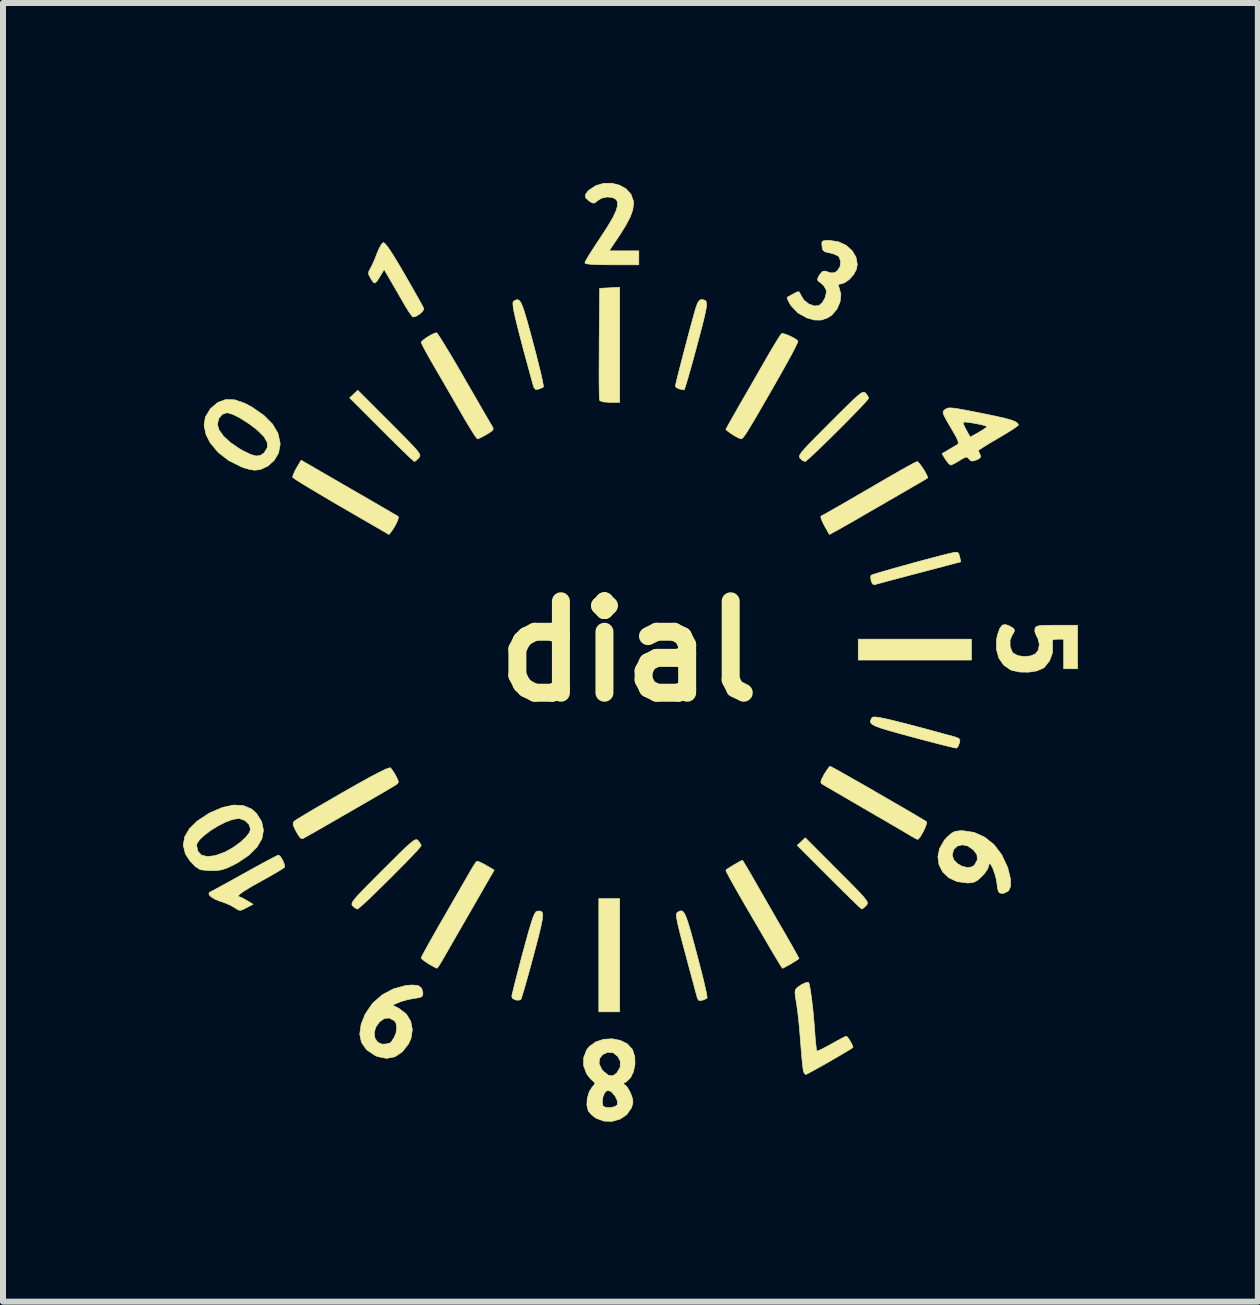
<source format=kicad_pcb>
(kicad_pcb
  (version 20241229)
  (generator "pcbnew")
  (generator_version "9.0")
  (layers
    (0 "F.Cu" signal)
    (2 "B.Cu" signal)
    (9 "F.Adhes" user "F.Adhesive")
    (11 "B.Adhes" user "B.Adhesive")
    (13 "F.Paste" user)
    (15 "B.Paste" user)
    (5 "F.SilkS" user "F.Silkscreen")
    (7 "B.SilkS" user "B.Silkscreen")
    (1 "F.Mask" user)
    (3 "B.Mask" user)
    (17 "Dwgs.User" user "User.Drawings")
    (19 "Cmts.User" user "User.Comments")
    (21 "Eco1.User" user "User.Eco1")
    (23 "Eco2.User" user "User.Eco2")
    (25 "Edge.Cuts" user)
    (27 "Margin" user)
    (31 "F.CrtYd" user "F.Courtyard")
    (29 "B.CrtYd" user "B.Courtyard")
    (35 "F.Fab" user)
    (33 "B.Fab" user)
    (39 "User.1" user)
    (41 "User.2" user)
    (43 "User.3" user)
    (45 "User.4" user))
  (footprint "dial"
    (layer "F.Cu")
    (at 7.426 7.809)
    (property "Reference" "dial" (at 0 0 0) (layer "F.SilkS") (effects (font (size 1.524 1.524) (thickness 0.3))))
    (attr through_hole)
    (fp_poly (pts (xy -0.145 6.009) (xy -0.493 6.009) (xy -0.493 4.122) (xy -0.145 4.122) (xy -0.145 6.009)) (stroke (width 0.01) (type solid)) (fill yes) (layer "F.SilkS"))
    (fp_poly (pts (xy 5.719 0.145) (xy 3.832 0.145) (xy 3.832 -0.203) (xy 5.719 -0.203) (xy 5.719 0.145)) (stroke (width 0.01) (type solid)) (fill yes) (layer "F.SilkS"))
    (fp_poly (pts (xy -0.145 -4.151) (xy -0.306 -4.151) (xy -0.412 -4.158) (xy -0.472 -4.177) (xy -0.48 -4.188) (xy -0.484 -4.225) (xy -0.486 -4.313) (xy -0.488 -4.444) (xy -0.489 -4.611) (xy -0.488 -4.808) (xy -0.487 -5.026) (xy -0.487 -5.138) (xy -0.479 -6.052) (xy -0.145 -6.07) (xy -0.145 -4.151)) (stroke (width 0.01) (type solid)) (fill yes) (layer "F.SilkS"))
    (fp_poly (pts (xy -3.977 -3.818) (xy -3.816 -3.656) (xy -3.691 -3.53) (xy -3.599 -3.434) (xy -3.536 -3.365) (xy -3.497 -3.315) (xy -3.478 -3.281) (xy -3.476 -3.257) (xy -3.485 -3.238) (xy -3.497 -3.223) (xy -3.542 -3.18) (xy -3.568 -3.164) (xy -3.592 -3.184) (xy -3.652 -3.239) (xy -3.741 -3.325) (xy -3.855 -3.436) (xy -3.987 -3.566) (xy -4.116 -3.695) (xy -4.647 -4.226) (xy -4.512 -4.353) (xy -3.977 -3.818)) (stroke (width 0.01) (type solid)) (fill yes) (layer "F.SilkS"))
    (fp_poly (pts (xy 3.483 3.643) (xy 3.644 3.804) (xy 3.769 3.931) (xy 3.861 4.026) (xy 3.924 4.096) (xy 3.963 4.145) (xy 3.982 4.179) (xy 3.985 4.203) (xy 3.976 4.223) (xy 3.964 4.237) (xy 3.918 4.28) (xy 3.892 4.296) (xy 3.868 4.277) (xy 3.808 4.221) (xy 3.719 4.135) (xy 3.605 4.024) (xy 3.474 3.894) (xy 3.344 3.765) (xy 2.814 3.234) (xy 2.881 3.171) (xy 2.949 3.108) (xy 3.483 3.643)) (stroke (width 0.01) (type solid)) (fill yes) (layer "F.SilkS"))
    (fp_poly (pts (xy -4.651 -2.721) (xy -4.455 -2.608) (xy -4.275 -2.504) (xy -4.119 -2.413) (xy -3.99 -2.338) (xy -3.897 -2.284) (xy -3.844 -2.253) (xy -3.835 -2.247) (xy -3.837 -2.214) (xy -3.86 -2.152) (xy -3.898 -2.079) (xy -3.94 -2.014) (xy -3.942 -2.012) (xy -3.991 -1.948) (xy -4.79 -2.411) (xy -4.985 -2.525) (xy -5.164 -2.631) (xy -5.319 -2.724) (xy -5.446 -2.801) (xy -5.538 -2.859) (xy -5.589 -2.894) (xy -5.597 -2.902) (xy -5.589 -2.941) (xy -5.558 -3.01) (xy -5.531 -3.058) (xy -5.456 -3.187) (xy -4.651 -2.721)) (stroke (width 0.01) (type solid)) (fill yes) (layer "F.SilkS"))
    (fp_poly (pts (xy 5.508 -1.627) (xy 5.524 -1.571) (xy 5.525 -1.566) (xy 5.542 -1.493) (xy 4.84 -1.308) (xy 4.645 -1.257) (xy 4.469 -1.21) (xy 4.318 -1.17) (xy 4.201 -1.138) (xy 4.126 -1.118) (xy 4.102 -1.11) (xy 4.07 -1.125) (xy 4.047 -1.174) (xy 4.039 -1.237) (xy 4.047 -1.27) (xy 4.079 -1.282) (xy 4.157 -1.306) (xy 4.273 -1.34) (xy 4.418 -1.382) (xy 4.581 -1.427) (xy 4.754 -1.475) (xy 4.928 -1.522) (xy 5.092 -1.566) (xy 5.239 -1.604) (xy 5.348 -1.631) (xy 5.436 -1.651) (xy 5.484 -1.652) (xy 5.508 -1.627)) (stroke (width 0.01) (type solid)) (fill yes) (layer "F.SilkS"))
    (fp_poly (pts (xy -1.82 -5.851) (xy -1.793 -5.814) (xy -1.763 -5.747) (xy -1.729 -5.645) (xy -1.686 -5.501) (xy -1.634 -5.311) (xy -1.59 -5.145) (xy -1.538 -4.95) (xy -1.494 -4.774) (xy -1.457 -4.624) (xy -1.432 -4.508) (xy -1.418 -4.433) (xy -1.417 -4.408) (xy -1.459 -4.386) (xy -1.5 -4.371) (xy -1.546 -4.366) (xy -1.574 -4.398) (xy -1.59 -4.447) (xy -1.678 -4.768) (xy -1.751 -5.036) (xy -1.809 -5.258) (xy -1.854 -5.436) (xy -1.888 -5.576) (xy -1.91 -5.68) (xy -1.922 -5.755) (xy -1.925 -5.803) (xy -1.92 -5.83) (xy -1.914 -5.836) (xy -1.878 -5.857) (xy -1.848 -5.863) (xy -1.82 -5.851)) (stroke (width 0.01) (type solid)) (fill yes) (layer "F.SilkS"))
    (fp_poly (pts (xy 4.174 1.101) (xy 4.262 1.118) (xy 4.382 1.145) (xy 4.538 1.184) (xy 4.736 1.235) (xy 4.978 1.299) (xy 5.27 1.379) (xy 5.447 1.427) (xy 5.509 1.451) (xy 5.527 1.484) (xy 5.518 1.53) (xy 5.494 1.589) (xy 5.47 1.613) (xy 5.436 1.607) (xy 5.353 1.588) (xy 5.23 1.558) (xy 5.075 1.518) (xy 4.895 1.471) (xy 4.739 1.429) (xy 4.514 1.368) (xy 4.341 1.319) (xy 4.212 1.28) (xy 4.122 1.247) (xy 4.067 1.218) (xy 4.04 1.191) (xy 4.035 1.162) (xy 4.048 1.129) (xy 4.062 1.105) (xy 4.079 1.096) (xy 4.115 1.094) (xy 4.174 1.101)) (stroke (width 0.01) (type solid)) (fill yes) (layer "F.SilkS"))
    (fp_poly (pts (xy -1.45 4.336) (xy -1.433 4.359) (xy -1.428 4.404) (xy -1.436 4.478) (xy -1.458 4.585) (xy -1.493 4.732) (xy -1.544 4.926) (xy -1.585 5.081) (xy -1.637 5.275) (xy -1.686 5.45) (xy -1.728 5.599) (xy -1.762 5.713) (xy -1.785 5.785) (xy -1.795 5.807) (xy -1.836 5.816) (xy -1.88 5.812) (xy -1.932 5.785) (xy -1.944 5.753) (xy -1.936 5.712) (xy -1.915 5.624) (xy -1.883 5.496) (xy -1.842 5.337) (xy -1.795 5.156) (xy -1.759 5.022) (xy -1.7 4.804) (xy -1.653 4.636) (xy -1.615 4.512) (xy -1.586 4.426) (xy -1.561 4.372) (xy -1.541 4.342) (xy -1.521 4.332) (xy -1.48 4.329) (xy -1.45 4.336)) (stroke (width 0.01) (type solid)) (fill yes) (layer "F.SilkS"))
    (fp_poly (pts (xy 0.909 4.337) (xy 0.937 4.374) (xy 0.966 4.44) (xy 1.001 4.542) (xy 1.043 4.685) (xy 1.095 4.875) (xy 1.14 5.044) (xy 1.191 5.239) (xy 1.236 5.415) (xy 1.272 5.565) (xy 1.298 5.681) (xy 1.311 5.756) (xy 1.312 5.781) (xy 1.27 5.803) (xy 1.229 5.818) (xy 1.174 5.82) (xy 1.151 5.785) (xy 1.14 5.743) (xy 1.115 5.654) (xy 1.081 5.525) (xy 1.038 5.366) (xy 0.989 5.184) (xy 0.955 5.056) (xy 0.897 4.839) (xy 0.854 4.672) (xy 0.824 4.547) (xy 0.807 4.459) (xy 0.8 4.402) (xy 0.803 4.368) (xy 0.815 4.353) (xy 0.851 4.332) (xy 0.882 4.325) (xy 0.909 4.337)) (stroke (width 0.01) (type solid)) (fill yes) (layer "F.SilkS"))
    (fp_poly (pts (xy 1.252 -5.861) (xy 1.281 -5.851) (xy 1.298 -5.827) (xy 1.303 -5.783) (xy 1.296 -5.713) (xy 1.275 -5.61) (xy 1.241 -5.469) (xy 1.193 -5.284) (xy 1.14 -5.085) (xy 1.087 -4.89) (xy 1.038 -4.714) (xy 0.996 -4.566) (xy 0.962 -4.452) (xy 0.939 -4.381) (xy 0.929 -4.358) (xy 0.892 -4.366) (xy 0.849 -4.375) (xy 0.798 -4.398) (xy 0.784 -4.423) (xy 0.791 -4.46) (xy 0.811 -4.543) (xy 0.841 -4.664) (xy 0.879 -4.812) (xy 0.922 -4.978) (xy 0.968 -5.154) (xy 1.014 -5.328) (xy 1.059 -5.493) (xy 1.099 -5.638) (xy 1.119 -5.711) (xy 1.154 -5.809) (xy 1.19 -5.856) (xy 1.213 -5.863) (xy 1.252 -5.861)) (stroke (width 0.01) (type solid)) (fill yes) (layer "F.SilkS"))
    (fp_poly (pts (xy -3.513 3.148) (xy -3.504 3.158) (xy -3.466 3.209) (xy -3.454 3.239) (xy -3.474 3.267) (xy -3.529 3.329) (xy -3.612 3.417) (xy -3.717 3.526) (xy -3.837 3.647) (xy -3.964 3.775) (xy -4.093 3.902) (xy -4.216 4.023) (xy -4.326 4.129) (xy -4.418 4.214) (xy -4.483 4.272) (xy -4.515 4.296) (xy -4.516 4.296) (xy -4.559 4.277) (xy -4.596 4.244) (xy -4.608 4.226) (xy -4.609 4.205) (xy -4.596 4.174) (xy -4.564 4.13) (xy -4.509 4.067) (xy -4.427 3.98) (xy -4.313 3.864) (xy -4.164 3.714) (xy -4.098 3.648) (xy -3.934 3.485) (xy -3.806 3.358) (xy -3.709 3.265) (xy -3.638 3.201) (xy -3.588 3.161) (xy -3.554 3.142) (xy -3.53 3.139) (xy -3.513 3.148)) (stroke (width 0.01) (type solid)) (fill yes) (layer "F.SilkS"))
    (fp_poly (pts (xy -2.494 3.506) (xy -2.428 3.536) (xy -2.373 3.567) (xy -2.237 3.646) (xy -2.637 4.341) (xy -2.746 4.53) (xy -2.849 4.709) (xy -2.941 4.869) (xy -3.018 5.003) (xy -3.075 5.103) (xy -3.108 5.16) (xy -3.151 5.231) (xy -3.184 5.275) (xy -3.193 5.283) (xy -3.224 5.269) (xy -3.288 5.234) (xy -3.331 5.209) (xy -3.402 5.161) (xy -3.447 5.123) (xy -3.454 5.11) (xy -3.44 5.079) (xy -3.401 5.005) (xy -3.341 4.895) (xy -3.262 4.755) (xy -3.171 4.594) (xy -3.088 4.451) (xy -2.983 4.268) (xy -2.882 4.093) (xy -2.791 3.935) (xy -2.715 3.803) (xy -2.659 3.706) (xy -2.636 3.665) (xy -2.586 3.582) (xy -2.547 3.522) (xy -2.529 3.5) (xy -2.494 3.506)) (stroke (width 0.01) (type solid)) (fill yes) (layer "F.SilkS"))
    (fp_poly (pts (xy 3.947 -4.312) (xy 3.957 -4.303) (xy 3.994 -4.251) (xy 4.006 -4.222) (xy 3.986 -4.193) (xy 3.931 -4.131) (xy 3.848 -4.043) (xy 3.743 -3.935) (xy 3.624 -3.813) (xy 3.496 -3.685) (xy 3.368 -3.558) (xy 3.245 -3.438) (xy 3.134 -3.332) (xy 3.043 -3.246) (xy 2.978 -3.188) (xy 2.945 -3.164) (xy 2.944 -3.164) (xy 2.901 -3.184) (xy 2.865 -3.216) (xy 2.853 -3.234) (xy 2.851 -3.256) (xy 2.864 -3.286) (xy 2.896 -3.33) (xy 2.951 -3.393) (xy 3.033 -3.48) (xy 3.147 -3.596) (xy 3.296 -3.746) (xy 3.363 -3.813) (xy 3.526 -3.976) (xy 3.654 -4.102) (xy 3.751 -4.195) (xy 3.822 -4.26) (xy 3.872 -4.299) (xy 3.907 -4.319) (xy 3.93 -4.321) (xy 3.947 -4.312)) (stroke (width 0.01) (type solid)) (fill yes) (layer "F.SilkS"))
    (fp_poly (pts (xy 4.843 -3.142) (xy 4.885 -3.088) (xy 4.931 -3.019) (xy 4.969 -2.951) (xy 4.99 -2.903) (xy 4.989 -2.891) (xy 4.961 -2.874) (xy 4.891 -2.832) (xy 4.785 -2.77) (xy 4.652 -2.693) (xy 4.499 -2.604) (xy 4.334 -2.509) (xy 4.165 -2.411) (xy 3.998 -2.315) (xy 3.843 -2.225) (xy 3.706 -2.146) (xy 3.595 -2.083) (xy 3.518 -2.039) (xy 3.497 -2.028) (xy 3.351 -1.948) (xy 3.267 -2.097) (xy 3.227 -2.178) (xy 3.208 -2.236) (xy 3.212 -2.256) (xy 3.235 -2.267) (xy 3.285 -2.294) (xy 3.365 -2.34) (xy 3.48 -2.405) (xy 3.631 -2.492) (xy 3.822 -2.603) (xy 4.057 -2.739) (xy 4.337 -2.902) (xy 4.418 -2.949) (xy 4.551 -3.025) (xy 4.666 -3.089) (xy 4.755 -3.137) (xy 4.807 -3.161) (xy 4.816 -3.164) (xy 4.843 -3.142)) (stroke (width 0.01) (type solid)) (fill yes) (layer "F.SilkS"))
    (fp_poly (pts (xy -4.055 -6.796) (xy -4.002 -6.729) (xy -3.925 -6.612) (xy -3.824 -6.446) (xy -3.735 -6.293) (xy -3.643 -6.133) (xy -3.56 -5.987) (xy -3.491 -5.865) (xy -3.441 -5.775) (xy -3.415 -5.724) (xy -3.412 -5.718) (xy -3.424 -5.678) (xy -3.47 -5.631) (xy -3.531 -5.591) (xy -3.588 -5.574) (xy -3.59 -5.574) (xy -3.614 -5.598) (xy -3.659 -5.661) (xy -3.716 -5.751) (xy -3.743 -5.799) (xy -3.818 -5.928) (xy -3.896 -6.064) (xy -3.963 -6.179) (xy -3.972 -6.195) (xy -4.072 -6.366) (xy -4.136 -6.26) (xy -4.187 -6.178) (xy -4.221 -6.142) (xy -4.249 -6.149) (xy -4.282 -6.196) (xy -4.293 -6.213) (xy -4.328 -6.279) (xy -4.332 -6.324) (xy -4.307 -6.373) (xy -4.305 -6.377) (xy -4.271 -6.441) (xy -4.228 -6.537) (xy -4.194 -6.627) (xy -4.154 -6.72) (xy -4.115 -6.789) (xy -4.085 -6.816) (xy -4.055 -6.796)) (stroke (width 0.01) (type solid)) (fill yes) (layer "F.SilkS"))
    (fp_poly (pts (xy -3.966 1.942) (xy -3.932 1.984) (xy -3.888 2.055) (xy -3.876 2.077) (xy -3.842 2.145) (xy -3.835 2.182) (xy -3.855 2.209) (xy -3.876 2.225) (xy -3.91 2.246) (xy -3.987 2.292) (xy -4.098 2.357) (xy -4.237 2.438) (xy -4.396 2.53) (xy -4.567 2.629) (xy -4.742 2.73) (xy -4.914 2.829) (xy -5.074 2.921) (xy -5.216 3.003) (xy -5.332 3.068) (xy -5.414 3.114) (xy -5.432 3.124) (xy -5.464 3.114) (xy -5.479 3.098) (xy -5.511 3.049) (xy -5.552 2.976) (xy -5.558 2.965) (xy -5.588 2.895) (xy -5.587 2.854) (xy -5.569 2.83) (xy -5.535 2.807) (xy -5.457 2.759) (xy -5.341 2.689) (xy -5.195 2.603) (xy -5.024 2.504) (xy -4.836 2.395) (xy -4.765 2.354) (xy -4.513 2.211) (xy -4.311 2.099) (xy -4.155 2.017) (xy -4.046 1.964) (xy -3.983 1.942) (xy -3.966 1.942)) (stroke (width 0.01) (type solid)) (fill yes) (layer "F.SilkS"))
    (fp_poly (pts (xy -3.178 -5.288) (xy -3.132 -5.22) (xy -3.066 -5.113) (xy -2.982 -4.975) (xy -2.884 -4.81) (xy -2.777 -4.627) (xy -2.742 -4.565) (xy -2.631 -4.373) (xy -2.528 -4.195) (xy -2.438 -4.038) (xy -2.363 -3.909) (xy -2.307 -3.814) (xy -2.276 -3.762) (xy -2.272 -3.755) (xy -2.253 -3.717) (xy -2.262 -3.686) (xy -2.308 -3.651) (xy -2.363 -3.617) (xy -2.441 -3.574) (xy -2.499 -3.547) (xy -2.516 -3.542) (xy -2.538 -3.566) (xy -2.583 -3.633) (xy -2.646 -3.734) (xy -2.723 -3.862) (xy -2.801 -3.996) (xy -2.904 -4.175) (xy -3.015 -4.367) (xy -3.123 -4.554) (xy -3.219 -4.718) (xy -3.258 -4.786) (xy -3.331 -4.913) (xy -3.391 -5.022) (xy -3.434 -5.104) (xy -3.453 -5.148) (xy -3.454 -5.152) (xy -3.431 -5.181) (xy -3.375 -5.224) (xy -3.304 -5.268) (xy -3.238 -5.301) (xy -3.198 -5.312) (xy -3.178 -5.288)) (stroke (width 0.01) (type solid)) (fill yes) (layer "F.SilkS"))
    (fp_poly (pts (xy 2.594 -5.295) (xy 2.661 -5.271) (xy 2.736 -5.236) (xy 2.799 -5.198) (xy 2.827 -5.173) (xy 2.817 -5.142) (xy 2.782 -5.068) (xy 2.725 -4.958) (xy 2.65 -4.82) (xy 2.561 -4.661) (xy 2.493 -4.541) (xy 2.349 -4.289) (xy 2.23 -4.083) (xy 2.135 -3.919) (xy 2.059 -3.791) (xy 2.002 -3.696) (xy 1.959 -3.628) (xy 1.928 -3.584) (xy 1.906 -3.558) (xy 1.89 -3.546) (xy 1.878 -3.543) (xy 1.834 -3.559) (xy 1.764 -3.597) (xy 1.734 -3.616) (xy 1.669 -3.661) (xy 1.63 -3.693) (xy 1.626 -3.699) (xy 1.634 -3.718) (xy 1.66 -3.766) (xy 1.706 -3.848) (xy 1.773 -3.966) (xy 1.862 -4.123) (xy 1.976 -4.32) (xy 2.115 -4.562) (xy 2.281 -4.851) (xy 2.333 -4.942) (xy 2.407 -5.068) (xy 2.473 -5.176) (xy 2.523 -5.255) (xy 2.552 -5.295) (xy 2.556 -5.298) (xy 2.594 -5.295)) (stroke (width 0.01) (type solid)) (fill yes) (layer "F.SilkS"))
    (fp_poly (pts (xy 1.918 3.507) (xy 1.958 3.572) (xy 2.016 3.67) (xy 2.086 3.791) (xy 2.113 3.839) (xy 2.2 3.991) (xy 2.306 4.175) (xy 2.419 4.372) (xy 2.529 4.563) (xy 2.581 4.651) (xy 2.665 4.798) (xy 2.738 4.926) (xy 2.795 5.028) (xy 2.832 5.096) (xy 2.845 5.121) (xy 2.822 5.139) (xy 2.767 5.174) (xy 2.696 5.217) (xy 2.627 5.255) (xy 2.579 5.28) (xy 2.568 5.283) (xy 2.552 5.26) (xy 2.512 5.196) (xy 2.455 5.101) (xy 2.386 4.986) (xy 2.386 4.986) (xy 2.209 4.682) (xy 2.059 4.426) (xy 1.935 4.212) (xy 1.835 4.039) (xy 1.757 3.901) (xy 1.699 3.797) (xy 1.659 3.723) (xy 1.635 3.675) (xy 1.626 3.65) (xy 1.626 3.647) (xy 1.648 3.628) (xy 1.704 3.593) (xy 1.775 3.55) (xy 1.843 3.511) (xy 1.891 3.487) (xy 1.902 3.483) (xy 1.918 3.507)) (stroke (width 0.01) (type solid)) (fill yes) (layer "F.SilkS"))
    (fp_poly (pts (xy 3.392 1.93) (xy 3.464 1.969) (xy 3.571 2.029) (xy 3.705 2.105) (xy 3.861 2.193) (xy 4.03 2.29) (xy 4.204 2.391) (xy 4.377 2.491) (xy 4.541 2.586) (xy 4.689 2.672) (xy 4.813 2.745) (xy 4.906 2.801) (xy 4.961 2.835) (xy 4.972 2.842) (xy 4.97 2.876) (xy 4.947 2.939) (xy 4.91 3.015) (xy 4.87 3.084) (xy 4.836 3.128) (xy 4.824 3.135) (xy 4.788 3.12) (xy 4.727 3.086) (xy 4.717 3.08) (xy 4.669 3.051) (xy 4.579 2.998) (xy 4.453 2.925) (xy 4.3 2.835) (xy 4.127 2.735) (xy 3.948 2.631) (xy 3.766 2.525) (xy 3.6 2.428) (xy 3.455 2.344) (xy 3.341 2.277) (xy 3.262 2.231) (xy 3.226 2.21) (xy 3.226 2.21) (xy 3.208 2.185) (xy 3.217 2.141) (xy 3.257 2.064) (xy 3.265 2.05) (xy 3.312 1.975) (xy 3.349 1.927) (xy 3.363 1.916) (xy 3.392 1.93)) (stroke (width 0.01) (type solid)) (fill yes) (layer "F.SilkS"))
    (fp_poly (pts (xy -5.802 3.42) (xy -5.766 3.477) (xy -5.739 3.541) (xy -5.73 3.591) (xy -5.733 3.599) (xy -5.763 3.622) (xy -5.835 3.667) (xy -5.939 3.727) (xy -6.066 3.799) (xy -6.126 3.832) (xy -6.298 3.929) (xy -6.418 4.003) (xy -6.487 4.054) (xy -6.507 4.084) (xy -6.481 4.093) (xy -6.444 4.107) (xy -6.38 4.142) (xy -6.358 4.155) (xy -6.258 4.216) (xy -6.358 4.269) (xy -6.431 4.307) (xy -6.475 4.319) (xy -6.516 4.305) (xy -6.575 4.266) (xy -6.655 4.223) (xy -6.76 4.181) (xy -6.812 4.164) (xy -6.898 4.129) (xy -6.962 4.088) (xy -6.994 4.048) (xy -6.985 4.018) (xy -6.975 4.013) (xy -6.943 3.997) (xy -6.869 3.957) (xy -6.759 3.897) (xy -6.622 3.822) (xy -6.466 3.735) (xy -6.405 3.701) (xy -6.243 3.611) (xy -6.098 3.532) (xy -5.977 3.467) (xy -5.888 3.421) (xy -5.84 3.398) (xy -5.833 3.396) (xy -5.802 3.42)) (stroke (width 0.01) (type solid)) (fill yes) (layer "F.SilkS"))
    (fp_poly (pts (xy -0.148 -7.772) (xy -0.038 -7.71) (xy 0.043 -7.62) (xy 0.084 -7.507) (xy 0.086 -7.464) (xy 0.073 -7.361) (xy 0.031 -7.243) (xy -0.044 -7.1) (xy -0.154 -6.925) (xy -0.173 -6.897) (xy -0.321 -6.677) (xy 0.174 -6.677) (xy 0.174 -6.444) (xy -0.276 -6.444) (xy -0.46 -6.446) (xy -0.591 -6.45) (xy -0.676 -6.458) (xy -0.718 -6.469) (xy -0.726 -6.479) (xy -0.71 -6.514) (xy -0.667 -6.588) (xy -0.602 -6.691) (xy -0.521 -6.816) (xy -0.466 -6.898) (xy -0.343 -7.087) (xy -0.255 -7.237) (xy -0.202 -7.353) (xy -0.179 -7.441) (xy -0.187 -7.505) (xy -0.203 -7.533) (xy -0.266 -7.568) (xy -0.355 -7.575) (xy -0.447 -7.555) (xy -0.511 -7.516) (xy -0.56 -7.476) (xy -0.599 -7.475) (xy -0.65 -7.505) (xy -0.711 -7.559) (xy -0.718 -7.612) (xy -0.671 -7.676) (xy -0.66 -7.686) (xy -0.543 -7.764) (xy -0.411 -7.803) (xy -0.276 -7.804) (xy -0.148 -7.772)) (stroke (width 0.01) (type solid)) (fill yes) (layer "F.SilkS"))
    (fp_poly (pts (xy 6.355 -0.422) (xy 6.421 -0.382) (xy 6.439 -0.346) (xy 6.414 -0.296) (xy 6.4 -0.277) (xy 6.363 -0.188) (xy 6.363 -0.084) (xy 6.397 0.007) (xy 6.415 0.029) (xy 6.492 0.071) (xy 6.597 0.087) (xy 6.705 0.076) (xy 6.786 0.042) (xy 6.836 -0.025) (xy 6.851 -0.118) (xy 6.827 -0.216) (xy 6.805 -0.255) (xy 6.776 -0.328) (xy 6.778 -0.378) (xy 6.79 -0.402) (xy 6.814 -0.419) (xy 6.861 -0.429) (xy 6.94 -0.434) (xy 7.063 -0.435) (xy 7.143 -0.435) (xy 7.489 -0.435) (xy 7.489 0.29) (xy 7.257 0.29) (xy 7.257 -0.203) (xy 7.157 -0.203) (xy 7.091 -0.199) (xy 7.067 -0.177) (xy 7.071 -0.118) (xy 7.072 -0.109) (xy 7.069 0.028) (xy 7.021 0.158) (xy 6.939 0.262) (xy 6.912 0.282) (xy 6.807 0.326) (xy 6.671 0.347) (xy 6.527 0.345) (xy 6.397 0.318) (xy 6.369 0.307) (xy 6.255 0.227) (xy 6.175 0.109) (xy 6.135 -0.036) (xy 6.138 -0.199) (xy 6.154 -0.276) (xy 6.192 -0.383) (xy 6.234 -0.438) (xy 6.289 -0.447) (xy 6.355 -0.422)) (stroke (width 0.01) (type solid)) (fill yes) (layer "F.SilkS"))
    (fp_poly (pts (xy -6.564 -4.194) (xy -6.395 -4.136) (xy -6.281 -4.075) (xy -6.078 -3.935) (xy -5.933 -3.789) (xy -5.843 -3.637) (xy -5.807 -3.477) (xy -5.806 -3.448) (xy -5.832 -3.308) (xy -5.904 -3.185) (xy -6.01 -3.089) (xy -6.138 -3.031) (xy -6.231 -3.02) (xy -6.309 -3.032) (xy -6.407 -3.059) (xy -6.447 -3.074) (xy -6.664 -3.182) (xy -6.842 -3.321) (xy -6.976 -3.484) (xy -7.04 -3.612) (xy -7.074 -3.766) (xy -7.071 -3.783) (xy -6.851 -3.783) (xy -6.824 -3.69) (xy -6.749 -3.586) (xy -6.633 -3.48) (xy -6.482 -3.377) (xy -6.426 -3.345) (xy -6.299 -3.283) (xy -6.205 -3.257) (xy -6.134 -3.266) (xy -6.074 -3.308) (xy -6.068 -3.315) (xy -6.019 -3.397) (xy -6.021 -3.484) (xy -6.076 -3.581) (xy -6.184 -3.688) (xy -6.308 -3.783) (xy -6.466 -3.886) (xy -6.589 -3.949) (xy -6.679 -3.976) (xy -6.697 -3.977) (xy -6.772 -3.951) (xy -6.827 -3.883) (xy -6.851 -3.789) (xy -6.851 -3.783) (xy -7.071 -3.783) (xy -7.052 -3.907) (xy -6.973 -4.037) (xy -6.966 -4.047) (xy -6.846 -4.149) (xy -6.713 -4.198) (xy -6.564 -4.194)) (stroke (width 0.01) (type solid)) (fill yes) (layer "F.SilkS"))
    (fp_poly (pts (xy -3.504 5.572) (xy -3.447 5.615) (xy -3.426 5.694) (xy -3.426 5.707) (xy -3.434 5.746) (xy -3.47 5.768) (xy -3.548 5.783) (xy -3.567 5.785) (xy -3.681 5.806) (xy -3.792 5.838) (xy -3.821 5.85) (xy -3.933 5.897) (xy -3.823 5.954) (xy -3.703 6.046) (xy -3.628 6.167) (xy -3.602 6.307) (xy -3.625 6.454) (xy -3.665 6.543) (xy -3.768 6.676) (xy -3.891 6.758) (xy -4.029 6.785) (xy -4.177 6.757) (xy -4.231 6.733) (xy -4.367 6.639) (xy -4.449 6.521) (xy -4.479 6.38) (xy -4.476 6.363) (xy -4.237 6.363) (xy -4.225 6.449) (xy -4.181 6.515) (xy -4.108 6.549) (xy -4.035 6.545) (xy -3.98 6.53) (xy -3.96 6.522) (xy -3.944 6.497) (xy -3.909 6.445) (xy -3.874 6.364) (xy -3.862 6.272) (xy -3.875 6.195) (xy -3.897 6.161) (xy -3.987 6.112) (xy -4.07 6.12) (xy -4.151 6.179) (xy -4.214 6.269) (xy -4.237 6.363) (xy -4.476 6.363) (xy -4.455 6.215) (xy -4.386 6.044) (xy -4.267 5.87) (xy -4.108 5.729) (xy -3.918 5.627) (xy -3.71 5.57) (xy -3.606 5.562) (xy -3.504 5.572)) (stroke (width 0.01) (type solid)) (fill yes) (layer "F.SilkS"))
    (fp_poly (pts (xy -6.417 2.572) (xy -6.281 2.629) (xy -6.199 2.703) (xy -6.113 2.841) (xy -6.084 2.983) (xy -6.11 3.124) (xy -6.191 3.263) (xy -6.324 3.396) (xy -6.509 3.521) (xy -6.57 3.554) (xy -6.69 3.612) (xy -6.785 3.643) (xy -6.88 3.655) (xy -6.933 3.655) (xy -7.031 3.651) (xy -7.11 3.644) (xy -7.141 3.637) (xy -7.22 3.587) (xy -7.303 3.501) (xy -7.372 3.399) (xy -7.388 3.367) (xy -7.42 3.232) (xy -7.199 3.232) (xy -7.177 3.334) (xy -7.116 3.397) (xy -7.018 3.421) (xy -6.888 3.405) (xy -6.731 3.348) (xy -6.718 3.342) (xy -6.592 3.272) (xy -6.476 3.189) (xy -6.382 3.103) (xy -6.319 3.024) (xy -6.299 2.965) (xy -6.325 2.885) (xy -6.392 2.82) (xy -6.482 2.788) (xy -6.505 2.787) (xy -6.6 2.803) (xy -6.716 2.846) (xy -6.841 2.91) (xy -6.963 2.985) (xy -7.071 3.066) (xy -7.152 3.143) (xy -7.195 3.211) (xy -7.199 3.232) (xy -7.42 3.232) (xy -7.421 3.23) (xy -7.397 3.092) (xy -7.319 2.958) (xy -7.188 2.829) (xy -7.005 2.708) (xy -6.967 2.687) (xy -6.764 2.601) (xy -6.58 2.562) (xy -6.417 2.572)) (stroke (width 0.01) (type solid)) (fill yes) (layer "F.SilkS"))
    (fp_poly (pts (xy 3.005 5.521) (xy 3.018 5.559) (xy 3.034 5.646) (xy 3.052 5.769) (xy 3.07 5.918) (xy 3.087 6.084) (xy 3.101 6.256) (xy 3.103 6.282) (xy 3.113 6.422) (xy 3.124 6.54) (xy 3.133 6.624) (xy 3.141 6.662) (xy 3.141 6.663) (xy 3.17 6.656) (xy 3.238 6.624) (xy 3.331 6.575) (xy 3.384 6.546) (xy 3.487 6.488) (xy 3.571 6.444) (xy 3.624 6.418) (xy 3.634 6.415) (xy 3.659 6.438) (xy 3.694 6.491) (xy 3.727 6.551) (xy 3.744 6.596) (xy 3.745 6.601) (xy 3.721 6.619) (xy 3.657 6.659) (xy 3.563 6.715) (xy 3.45 6.781) (xy 3.329 6.851) (xy 3.209 6.919) (xy 3.101 6.979) (xy 3.017 7.025) (xy 2.965 7.051) (xy 2.955 7.054) (xy 2.932 7.031) (xy 2.92 7.007) (xy 2.912 6.963) (xy 2.901 6.872) (xy 2.889 6.746) (xy 2.877 6.596) (xy 2.871 6.521) (xy 2.857 6.345) (xy 2.841 6.169) (xy 2.823 6.011) (xy 2.806 5.888) (xy 2.802 5.864) (xy 2.784 5.753) (xy 2.777 5.684) (xy 2.784 5.642) (xy 2.805 5.614) (xy 2.826 5.596) (xy 2.894 5.551) (xy 2.959 5.522) (xy 3.002 5.519) (xy 3.005 5.521)) (stroke (width 0.01) (type solid)) (fill yes) (layer "F.SilkS"))
    (fp_poly (pts (xy 5.764 3.018) (xy 5.941 3.098) (xy 6.097 3.224) (xy 6.225 3.392) (xy 6.319 3.595) (xy 6.331 3.632) (xy 6.37 3.796) (xy 6.372 3.916) (xy 6.337 3.994) (xy 6.264 4.031) (xy 6.223 4.035) (xy 6.187 4.027) (xy 6.165 3.995) (xy 6.151 3.924) (xy 6.146 3.879) (xy 6.132 3.794) (xy 6.108 3.707) (xy 6.08 3.628) (xy 6.051 3.567) (xy 6.027 3.536) (xy 6.013 3.545) (xy 6.01 3.567) (xy 5.988 3.63) (xy 5.932 3.71) (xy 5.896 3.748) (xy 5.822 3.816) (xy 5.759 3.849) (xy 5.683 3.86) (xy 5.647 3.861) (xy 5.478 3.838) (xy 5.342 3.774) (xy 5.24 3.678) (xy 5.179 3.559) (xy 5.16 3.425) (xy 5.165 3.399) (xy 5.399 3.399) (xy 5.423 3.475) (xy 5.485 3.539) (xy 5.568 3.585) (xy 5.657 3.605) (xy 5.734 3.591) (xy 5.77 3.563) (xy 5.818 3.474) (xy 5.811 3.39) (xy 5.752 3.309) (xy 5.66 3.245) (xy 5.566 3.225) (xy 5.483 3.246) (xy 5.423 3.304) (xy 5.399 3.396) (xy 5.399 3.399) (xy 5.165 3.399) (xy 5.188 3.286) (xy 5.267 3.149) (xy 5.312 3.099) (xy 5.384 3.034) (xy 5.447 3.001) (xy 5.526 2.991) (xy 5.572 2.99) (xy 5.764 3.018)) (stroke (width 0.01) (type solid)) (fill yes) (layer "F.SilkS"))
    (fp_poly (pts (xy 3.5 -6.829) (xy 3.629 -6.769) (xy 3.73 -6.68) (xy 3.795 -6.571) (xy 3.816 -6.451) (xy 3.802 -6.369) (xy 3.755 -6.281) (xy 3.683 -6.201) (xy 3.602 -6.144) (xy 3.538 -6.125) (xy 3.499 -6.117) (xy 3.505 -6.081) (xy 3.511 -6.069) (xy 3.543 -5.953) (xy 3.529 -5.827) (xy 3.476 -5.705) (xy 3.391 -5.605) (xy 3.319 -5.559) (xy 3.212 -5.523) (xy 3.103 -5.524) (xy 2.98 -5.558) (xy 2.828 -5.641) (xy 2.711 -5.764) (xy 2.68 -5.816) (xy 2.653 -5.873) (xy 2.646 -5.902) (xy 2.647 -5.903) (xy 2.676 -5.918) (xy 2.735 -5.951) (xy 2.751 -5.96) (xy 2.813 -5.992) (xy 2.845 -5.994) (xy 2.864 -5.963) (xy 2.871 -5.945) (xy 2.927 -5.855) (xy 3.011 -5.789) (xy 3.104 -5.758) (xy 3.176 -5.765) (xy 3.232 -5.812) (xy 3.278 -5.892) (xy 3.3 -5.98) (xy 3.297 -6.026) (xy 3.26 -6.093) (xy 3.207 -6.142) (xy 3.161 -6.177) (xy 3.153 -6.21) (xy 3.18 -6.265) (xy 3.185 -6.274) (xy 3.237 -6.335) (xy 3.28 -6.34) (xy 3.372 -6.31) (xy 3.436 -6.312) (xy 3.484 -6.344) (xy 3.529 -6.415) (xy 3.539 -6.5) (xy 3.513 -6.574) (xy 3.496 -6.591) (xy 3.438 -6.62) (xy 3.355 -6.644) (xy 3.344 -6.645) (xy 3.272 -6.663) (xy 3.239 -6.696) (xy 3.228 -6.757) (xy 3.225 -6.814) (xy 3.241 -6.841) (xy 3.29 -6.85) (xy 3.352 -6.851) (xy 3.5 -6.829)) (stroke (width 0.01) (type solid)) (fill yes) (layer "F.SilkS"))
    (fp_poly (pts (xy 5.414 -4.056) (xy 5.495 -4.044) (xy 5.61 -4.023) (xy 5.768 -3.993) (xy 5.918 -3.963) (xy 6.122 -3.921) (xy 6.275 -3.886) (xy 6.383 -3.856) (xy 6.453 -3.828) (xy 6.49 -3.802) (xy 6.502 -3.775) (xy 6.502 -3.773) (xy 6.479 -3.751) (xy 6.414 -3.706) (xy 6.317 -3.645) (xy 6.197 -3.573) (xy 6.169 -3.557) (xy 6.045 -3.484) (xy 5.943 -3.422) (xy 5.87 -3.375) (xy 5.836 -3.351) (xy 5.835 -3.349) (xy 5.847 -3.314) (xy 5.863 -3.282) (xy 5.873 -3.241) (xy 5.843 -3.211) (xy 5.804 -3.192) (xy 5.739 -3.172) (xy 5.701 -3.182) (xy 5.679 -3.207) (xy 5.653 -3.235) (xy 5.622 -3.238) (xy 5.57 -3.212) (xy 5.521 -3.182) (xy 5.446 -3.138) (xy 5.389 -3.11) (xy 5.374 -3.106) (xy 5.342 -3.128) (xy 5.298 -3.184) (xy 5.287 -3.2) (xy 5.228 -3.295) (xy 5.335 -3.359) (xy 5.413 -3.405) (xy 5.474 -3.441) (xy 5.486 -3.448) (xy 5.5 -3.468) (xy 5.495 -3.506) (xy 5.467 -3.57) (xy 5.411 -3.669) (xy 5.374 -3.732) (xy 5.322 -3.821) (xy 5.582 -3.821) (xy 5.586 -3.789) (xy 5.614 -3.726) (xy 5.633 -3.69) (xy 5.699 -3.573) (xy 5.839 -3.651) (xy 5.916 -3.697) (xy 5.967 -3.733) (xy 5.98 -3.747) (xy 5.954 -3.76) (xy 5.889 -3.778) (xy 5.801 -3.796) (xy 5.71 -3.812) (xy 5.632 -3.822) (xy 5.586 -3.823) (xy 5.582 -3.821) (xy 5.322 -3.821) (xy 5.306 -3.848) (xy 5.265 -3.925) (xy 5.247 -3.973) (xy 5.249 -4.003) (xy 5.268 -4.023) (xy 5.272 -4.026) (xy 5.297 -4.043) (xy 5.324 -4.055) (xy 5.36 -4.059) (xy 5.414 -4.056)) (stroke (width 0.01) (type solid)) (fill yes) (layer "F.SilkS"))
    (fp_poly (pts (xy -0.133 6.486) (xy -0.016 6.545) (xy 0.067 6.637) (xy 0.072 6.647) (xy 0.107 6.76) (xy 0.11 6.885) (xy 0.085 7.008) (xy 0.035 7.11) (xy -0.035 7.176) (xy -0.051 7.184) (xy -0.086 7.202) (xy -0.067 7.222) (xy -0.053 7.23) (xy -0.014 7.273) (xy 0.028 7.348) (xy 0.043 7.383) (xy 0.072 7.468) (xy 0.075 7.528) (xy 0.056 7.595) (xy 0.048 7.615) (xy -0.027 7.723) (xy -0.137 7.797) (xy -0.268 7.835) (xy -0.406 7.832) (xy -0.537 7.784) (xy -0.542 7.781) (xy -0.614 7.726) (xy -0.666 7.666) (xy -0.669 7.661) (xy -0.692 7.567) (xy -0.689 7.504) (xy -0.435 7.504) (xy -0.427 7.569) (xy -0.416 7.586) (xy -0.366 7.606) (xy -0.292 7.605) (xy -0.223 7.589) (xy -0.183 7.559) (xy -0.183 7.557) (xy -0.184 7.493) (xy -0.22 7.415) (xy -0.277 7.349) (xy -0.299 7.333) (xy -0.348 7.318) (xy -0.389 7.351) (xy -0.394 7.357) (xy -0.423 7.424) (xy -0.435 7.504) (xy -0.689 7.504) (xy -0.685 7.452) (xy -0.652 7.341) (xy -0.606 7.268) (xy -0.563 7.217) (xy -0.559 7.188) (xy -0.586 7.168) (xy -0.631 7.126) (xy -0.685 7.058) (xy -0.698 7.037) (xy -0.746 6.909) (xy -0.746 6.876) (xy -0.488 6.876) (xy -0.443 6.969) (xy -0.415 7.002) (xy -0.333 7.067) (xy -0.262 7.077) (xy -0.197 7.033) (xy -0.195 7.032) (xy -0.137 6.933) (xy -0.135 6.833) (xy -0.175 6.755) (xy -0.254 6.691) (xy -0.345 6.683) (xy -0.429 6.722) (xy -0.483 6.79) (xy -0.488 6.876) (xy -0.746 6.876) (xy -0.745 6.772) (xy -0.696 6.645) (xy -0.654 6.59) (xy -0.543 6.51) (xy -0.41 6.467) (xy -0.269 6.459) (xy -0.133 6.486)) (stroke (width 0.01) (type solid)) (fill yes) (layer "F.SilkS")))
  (gr_rect
    (start -3 -3)
    (end 17.92 18.65)
    (stroke (width 0.1) (type default))
    (fill no)
    (layer "Edge.Cuts")))
</source>
